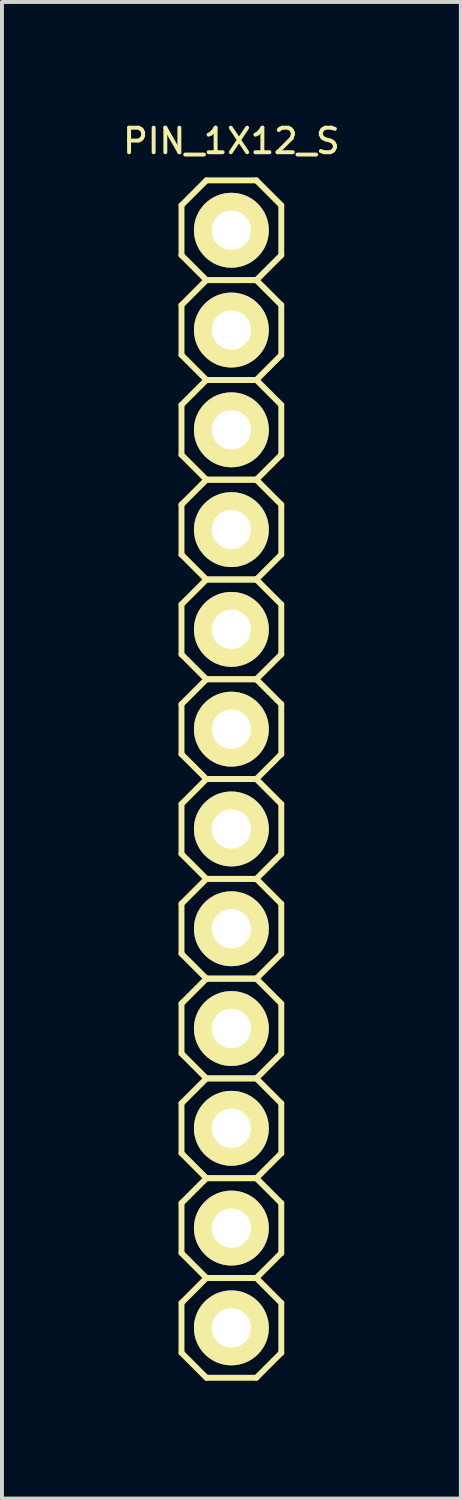
<source format=kicad_pcb>
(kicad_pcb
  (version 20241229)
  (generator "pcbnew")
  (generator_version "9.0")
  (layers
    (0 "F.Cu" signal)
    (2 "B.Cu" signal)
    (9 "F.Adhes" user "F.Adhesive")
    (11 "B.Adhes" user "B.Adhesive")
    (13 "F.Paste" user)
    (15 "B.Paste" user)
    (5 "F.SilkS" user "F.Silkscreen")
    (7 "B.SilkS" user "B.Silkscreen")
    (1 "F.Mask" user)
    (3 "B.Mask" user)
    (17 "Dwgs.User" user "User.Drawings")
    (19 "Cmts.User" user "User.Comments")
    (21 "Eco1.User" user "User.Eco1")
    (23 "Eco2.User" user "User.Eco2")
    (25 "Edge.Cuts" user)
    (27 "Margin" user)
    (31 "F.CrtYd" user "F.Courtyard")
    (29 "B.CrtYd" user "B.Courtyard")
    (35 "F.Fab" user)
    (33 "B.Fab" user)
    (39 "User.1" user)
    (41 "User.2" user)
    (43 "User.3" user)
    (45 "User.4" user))
  (footprint "PIN_1X12_S"
    (layer "F.Cu")
    (at 2.84 16.781)
    (property "Reference" "PIN_1X12_S" (at 0 -16.24 0) (layer "F.SilkS") (effects (font (size 0.625 0.625) (thickness 0.1))))
    (attr through_hole)
    (fp_line (start -1.27 -14.605) (end -1.27 -13.335) (stroke (width 0.15) (type solid)) (layer "F.SilkS"))
    (fp_line (start -1.27 -13.335) (end -0.635 -12.7) (stroke (width 0.15) (type solid)) (layer "F.SilkS"))
    (fp_line (start -1.27 -12.065) (end -1.27 -10.795) (stroke (width 0.15) (type solid)) (layer "F.SilkS"))
    (fp_line (start -1.27 -10.795) (end -0.635 -10.16) (stroke (width 0.15) (type solid)) (layer "F.SilkS"))
    (fp_line (start -1.27 -9.525) (end -1.27 -8.255) (stroke (width 0.15) (type solid)) (layer "F.SilkS"))
    (fp_line (start -1.27 -8.255) (end -0.635 -7.62) (stroke (width 0.15) (type solid)) (layer "F.SilkS"))
    (fp_line (start -1.27 -6.985) (end -1.27 -5.715) (stroke (width 0.15) (type solid)) (layer "F.SilkS"))
    (fp_line (start -1.27 -5.715) (end -0.635 -5.08) (stroke (width 0.15) (type solid)) (layer "F.SilkS"))
    (fp_line (start -1.27 -4.445) (end -1.27 -3.175) (stroke (width 0.15) (type solid)) (layer "F.SilkS"))
    (fp_line (start -1.27 -3.175) (end -0.635 -2.54) (stroke (width 0.15) (type solid)) (layer "F.SilkS"))
    (fp_line (start -1.27 -1.905) (end -1.27 -0.635) (stroke (width 0.15) (type solid)) (layer "F.SilkS"))
    (fp_line (start -1.27 -0.635) (end -0.635 0) (stroke (width 0.15) (type solid)) (layer "F.SilkS"))
    (fp_line (start -1.27 0.635) (end -1.27 1.905) (stroke (width 0.15) (type solid)) (layer "F.SilkS"))
    (fp_line (start -1.27 1.905) (end -0.635 2.54) (stroke (width 0.15) (type solid)) (layer "F.SilkS"))
    (fp_line (start -1.27 3.175) (end -1.27 4.445) (stroke (width 0.15) (type solid)) (layer "F.SilkS"))
    (fp_line (start -1.27 4.445) (end -0.635 5.08) (stroke (width 0.15) (type solid)) (layer "F.SilkS"))
    (fp_line (start -1.27 5.715) (end -1.27 6.985) (stroke (width 0.15) (type solid)) (layer "F.SilkS"))
    (fp_line (start -1.27 6.985) (end -0.635 7.62) (stroke (width 0.15) (type solid)) (layer "F.SilkS"))
    (fp_line (start -1.27 8.255) (end -1.27 9.525) (stroke (width 0.15) (type solid)) (layer "F.SilkS"))
    (fp_line (start -1.27 9.525) (end -0.635 10.16) (stroke (width 0.15) (type solid)) (layer "F.SilkS"))
    (fp_line (start -1.27 10.795) (end -1.27 12.065) (stroke (width 0.15) (type solid)) (layer "F.SilkS"))
    (fp_line (start -1.27 12.065) (end -0.635 12.7) (stroke (width 0.15) (type solid)) (layer "F.SilkS"))
    (fp_line (start -1.27 13.335) (end -1.27 14.605) (stroke (width 0.15) (type solid)) (layer "F.SilkS"))
    (fp_line (start -1.27 14.605) (end -0.635 15.24) (stroke (width 0.15) (type solid)) (layer "F.SilkS"))
    (fp_line (start -0.635 -15.24) (end -1.27 -14.605) (stroke (width 0.15) (type solid)) (layer "F.SilkS"))
    (fp_line (start -0.635 -12.7) (end -1.27 -12.065) (stroke (width 0.15) (type solid)) (layer "F.SilkS"))
    (fp_line (start -0.635 -12.7) (end 0.635 -12.7) (stroke (width 0.15) (type solid)) (layer "F.SilkS"))
    (fp_line (start -0.635 -10.16) (end -1.27 -9.525) (stroke (width 0.15) (type solid)) (layer "F.SilkS"))
    (fp_line (start -0.635 -10.16) (end 0.635 -10.16) (stroke (width 0.15) (type solid)) (layer "F.SilkS"))
    (fp_line (start -0.635 -7.62) (end -1.27 -6.985) (stroke (width 0.15) (type solid)) (layer "F.SilkS"))
    (fp_line (start -0.635 -7.62) (end 0.635 -7.62) (stroke (width 0.15) (type solid)) (layer "F.SilkS"))
    (fp_line (start -0.635 -5.08) (end -1.27 -4.445) (stroke (width 0.15) (type solid)) (layer "F.SilkS"))
    (fp_line (start -0.635 -5.08) (end 0.635 -5.08) (stroke (width 0.15) (type solid)) (layer "F.SilkS"))
    (fp_line (start -0.635 -2.54) (end -1.27 -1.905) (stroke (width 0.15) (type solid)) (layer "F.SilkS"))
    (fp_line (start -0.635 -2.54) (end 0.635 -2.54) (stroke (width 0.15) (type solid)) (layer "F.SilkS"))
    (fp_line (start -0.635 0) (end -1.27 0.635) (stroke (width 0.15) (type solid)) (layer "F.SilkS"))
    (fp_line (start -0.635 0) (end 0.635 0) (stroke (width 0.15) (type solid)) (layer "F.SilkS"))
    (fp_line (start -0.635 2.54) (end -1.27 3.175) (stroke (width 0.15) (type solid)) (layer "F.SilkS"))
    (fp_line (start -0.635 2.54) (end 0.635 2.54) (stroke (width 0.15) (type solid)) (layer "F.SilkS"))
    (fp_line (start -0.635 5.08) (end -1.27 5.715) (stroke (width 0.15) (type solid)) (layer "F.SilkS"))
    (fp_line (start -0.635 5.08) (end 0.635 5.08) (stroke (width 0.15) (type solid)) (layer "F.SilkS"))
    (fp_line (start -0.635 7.62) (end -1.27 8.255) (stroke (width 0.15) (type solid)) (layer "F.SilkS"))
    (fp_line (start -0.635 7.62) (end 0.635 7.62) (stroke (width 0.15) (type solid)) (layer "F.SilkS"))
    (fp_line (start -0.635 10.16) (end -1.27 10.795) (stroke (width 0.15) (type solid)) (layer "F.SilkS"))
    (fp_line (start -0.635 10.16) (end 0.635 10.16) (stroke (width 0.15) (type solid)) (layer "F.SilkS"))
    (fp_line (start -0.635 12.7) (end -1.27 13.335) (stroke (width 0.15) (type solid)) (layer "F.SilkS"))
    (fp_line (start -0.635 12.7) (end 0.635 12.7) (stroke (width 0.15) (type solid)) (layer "F.SilkS"))
    (fp_line (start -0.635 15.24) (end 0.635 15.24) (stroke (width 0.15) (type solid)) (layer "F.SilkS"))
    (fp_line (start 0.635 -15.24) (end -0.635 -15.24) (stroke (width 0.15) (type solid)) (layer "F.SilkS"))
    (fp_line (start 0.635 -12.7) (end -0.635 -12.7) (stroke (width 0.15) (type solid)) (layer "F.SilkS"))
    (fp_line (start 0.635 -12.7) (end 1.27 -13.335) (stroke (width 0.15) (type solid)) (layer "F.SilkS"))
    (fp_line (start 0.635 -10.16) (end -0.635 -10.16) (stroke (width 0.15) (type solid)) (layer "F.SilkS"))
    (fp_line (start 0.635 -10.16) (end 1.27 -10.795) (stroke (width 0.15) (type solid)) (layer "F.SilkS"))
    (fp_line (start 0.635 -7.62) (end -0.635 -7.62) (stroke (width 0.15) (type solid)) (layer "F.SilkS"))
    (fp_line (start 0.635 -7.62) (end 1.27 -8.255) (stroke (width 0.15) (type solid)) (layer "F.SilkS"))
    (fp_line (start 0.635 -5.08) (end -0.635 -5.08) (stroke (width 0.15) (type solid)) (layer "F.SilkS"))
    (fp_line (start 0.635 -5.08) (end 1.27 -5.715) (stroke (width 0.15) (type solid)) (layer "F.SilkS"))
    (fp_line (start 0.635 -2.54) (end -0.635 -2.54) (stroke (width 0.15) (type solid)) (layer "F.SilkS"))
    (fp_line (start 0.635 -2.54) (end 1.27 -3.175) (stroke (width 0.15) (type solid)) (layer "F.SilkS"))
    (fp_line (start 0.635 0) (end -0.635 0) (stroke (width 0.15) (type solid)) (layer "F.SilkS"))
    (fp_line (start 0.635 0) (end 1.27 -0.635) (stroke (width 0.15) (type solid)) (layer "F.SilkS"))
    (fp_line (start 0.635 2.54) (end -0.635 2.54) (stroke (width 0.15) (type solid)) (layer "F.SilkS"))
    (fp_line (start 0.635 2.54) (end 1.27 1.905) (stroke (width 0.15) (type solid)) (layer "F.SilkS"))
    (fp_line (start 0.635 5.08) (end -0.635 5.08) (stroke (width 0.15) (type solid)) (layer "F.SilkS"))
    (fp_line (start 0.635 5.08) (end 1.27 4.445) (stroke (width 0.15) (type solid)) (layer "F.SilkS"))
    (fp_line (start 0.635 7.62) (end -0.635 7.62) (stroke (width 0.15) (type solid)) (layer "F.SilkS"))
    (fp_line (start 0.635 7.62) (end 1.27 6.985) (stroke (width 0.15) (type solid)) (layer "F.SilkS"))
    (fp_line (start 0.635 10.16) (end -0.635 10.16) (stroke (width 0.15) (type solid)) (layer "F.SilkS"))
    (fp_line (start 0.635 10.16) (end 1.27 9.525) (stroke (width 0.15) (type solid)) (layer "F.SilkS"))
    (fp_line (start 0.635 12.7) (end -0.635 12.7) (stroke (width 0.15) (type solid)) (layer "F.SilkS"))
    (fp_line (start 0.635 12.7) (end 1.27 12.065) (stroke (width 0.15) (type solid)) (layer "F.SilkS"))
    (fp_line (start 0.635 15.24) (end 1.27 14.605) (stroke (width 0.15) (type solid)) (layer "F.SilkS"))
    (fp_line (start 1.27 -14.605) (end 0.635 -15.24) (stroke (width 0.15) (type solid)) (layer "F.SilkS"))
    (fp_line (start 1.27 -13.335) (end 1.27 -14.605) (stroke (width 0.15) (type solid)) (layer "F.SilkS"))
    (fp_line (start 1.27 -12.065) (end 0.635 -12.7) (stroke (width 0.15) (type solid)) (layer "F.SilkS"))
    (fp_line (start 1.27 -10.795) (end 1.27 -12.065) (stroke (width 0.15) (type solid)) (layer "F.SilkS"))
    (fp_line (start 1.27 -9.525) (end 0.635 -10.16) (stroke (width 0.15) (type solid)) (layer "F.SilkS"))
    (fp_line (start 1.27 -8.255) (end 1.27 -9.525) (stroke (width 0.15) (type solid)) (layer "F.SilkS"))
    (fp_line (start 1.27 -6.985) (end 0.635 -7.62) (stroke (width 0.15) (type solid)) (layer "F.SilkS"))
    (fp_line (start 1.27 -5.715) (end 1.27 -6.985) (stroke (width 0.15) (type solid)) (layer "F.SilkS"))
    (fp_line (start 1.27 -4.445) (end 0.635 -5.08) (stroke (width 0.15) (type solid)) (layer "F.SilkS"))
    (fp_line (start 1.27 -3.175) (end 1.27 -4.445) (stroke (width 0.15) (type solid)) (layer "F.SilkS"))
    (fp_line (start 1.27 -1.905) (end 0.635 -2.54) (stroke (width 0.15) (type solid)) (layer "F.SilkS"))
    (fp_line (start 1.27 -0.635) (end 1.27 -1.905) (stroke (width 0.15) (type solid)) (layer "F.SilkS"))
    (fp_line (start 1.27 0.635) (end 0.635 0) (stroke (width 0.15) (type solid)) (layer "F.SilkS"))
    (fp_line (start 1.27 1.905) (end 1.27 0.635) (stroke (width 0.15) (type solid)) (layer "F.SilkS"))
    (fp_line (start 1.27 3.175) (end 0.635 2.54) (stroke (width 0.15) (type solid)) (layer "F.SilkS"))
    (fp_line (start 1.27 4.445) (end 1.27 3.175) (stroke (width 0.15) (type solid)) (layer "F.SilkS"))
    (fp_line (start 1.27 5.715) (end 0.635 5.08) (stroke (width 0.15) (type solid)) (layer "F.SilkS"))
    (fp_line (start 1.27 6.985) (end 1.27 5.715) (stroke (width 0.15) (type solid)) (layer "F.SilkS"))
    (fp_line (start 1.27 8.255) (end 0.635 7.62) (stroke (width 0.15) (type solid)) (layer "F.SilkS"))
    (fp_line (start 1.27 9.525) (end 1.27 8.255) (stroke (width 0.15) (type solid)) (layer "F.SilkS"))
    (fp_line (start 1.27 10.795) (end 0.635 10.16) (stroke (width 0.15) (type solid)) (layer "F.SilkS"))
    (fp_line (start 1.27 12.065) (end 1.27 10.795) (stroke (width 0.15) (type solid)) (layer "F.SilkS"))
    (fp_line (start 1.27 13.335) (end 0.635 12.7) (stroke (width 0.15) (type solid)) (layer "F.SilkS"))
    (fp_line (start 1.27 14.605) (end 1.27 13.335) (stroke (width 0.15) (type solid)) (layer "F.SilkS"))
    (pad "1" thru_hole circle (at 0 -13.97) (size 1.906 1.906) (drill 1) (layers "*.Cu" "*.Mask" "F.SilkS"))
    (pad "2" thru_hole circle (at 0 -11.43) (size 1.906 1.906) (drill 1) (layers "*.Cu" "*.Mask" "F.SilkS"))
    (pad "3" thru_hole circle (at 0 -8.89) (size 1.906 1.906) (drill 1) (layers "*.Cu" "*.Mask" "F.SilkS"))
    (pad "4" thru_hole circle (at 0 -6.35) (size 1.906 1.906) (drill 1) (layers "*.Cu" "*.Mask" "F.SilkS"))
    (pad "5" thru_hole circle (at 0 -3.81) (size 1.906 1.906) (drill 1) (layers "*.Cu" "*.Mask" "F.SilkS"))
    (pad "6" thru_hole circle (at 0 -1.27) (size 1.906 1.906) (drill 1) (layers "*.Cu" "*.Mask" "F.SilkS"))
    (pad "7" thru_hole circle (at 0 1.27) (size 1.906 1.906) (drill 1) (layers "*.Cu" "*.Mask" "F.SilkS"))
    (pad "8" thru_hole circle (at 0 3.81) (size 1.906 1.906) (drill 1) (layers "*.Cu" "*.Mask" "F.SilkS"))
    (pad "9" thru_hole circle (at 0 6.35) (size 1.906 1.906) (drill 1) (layers "*.Cu" "*.Mask" "F.SilkS"))
    (pad "10" thru_hole circle (at 0 8.89) (size 1.906 1.906) (drill 1) (layers "*.Cu" "*.Mask" "F.SilkS"))
    (pad "11" thru_hole circle (at 0 11.43) (size 1.906 1.906) (drill 1) (layers "*.Cu" "*.Mask" "F.SilkS"))
    (pad "12" thru_hole circle (at 0 13.97) (size 1.906 1.906) (drill 1) (layers "*.Cu" "*.Mask" "F.SilkS")))
  (gr_rect
    (start -3 -3)
    (end 8.681 35.096)
    (stroke (width 0.1) (type default))
    (fill no)
    (layer "Edge.Cuts")))
</source>
